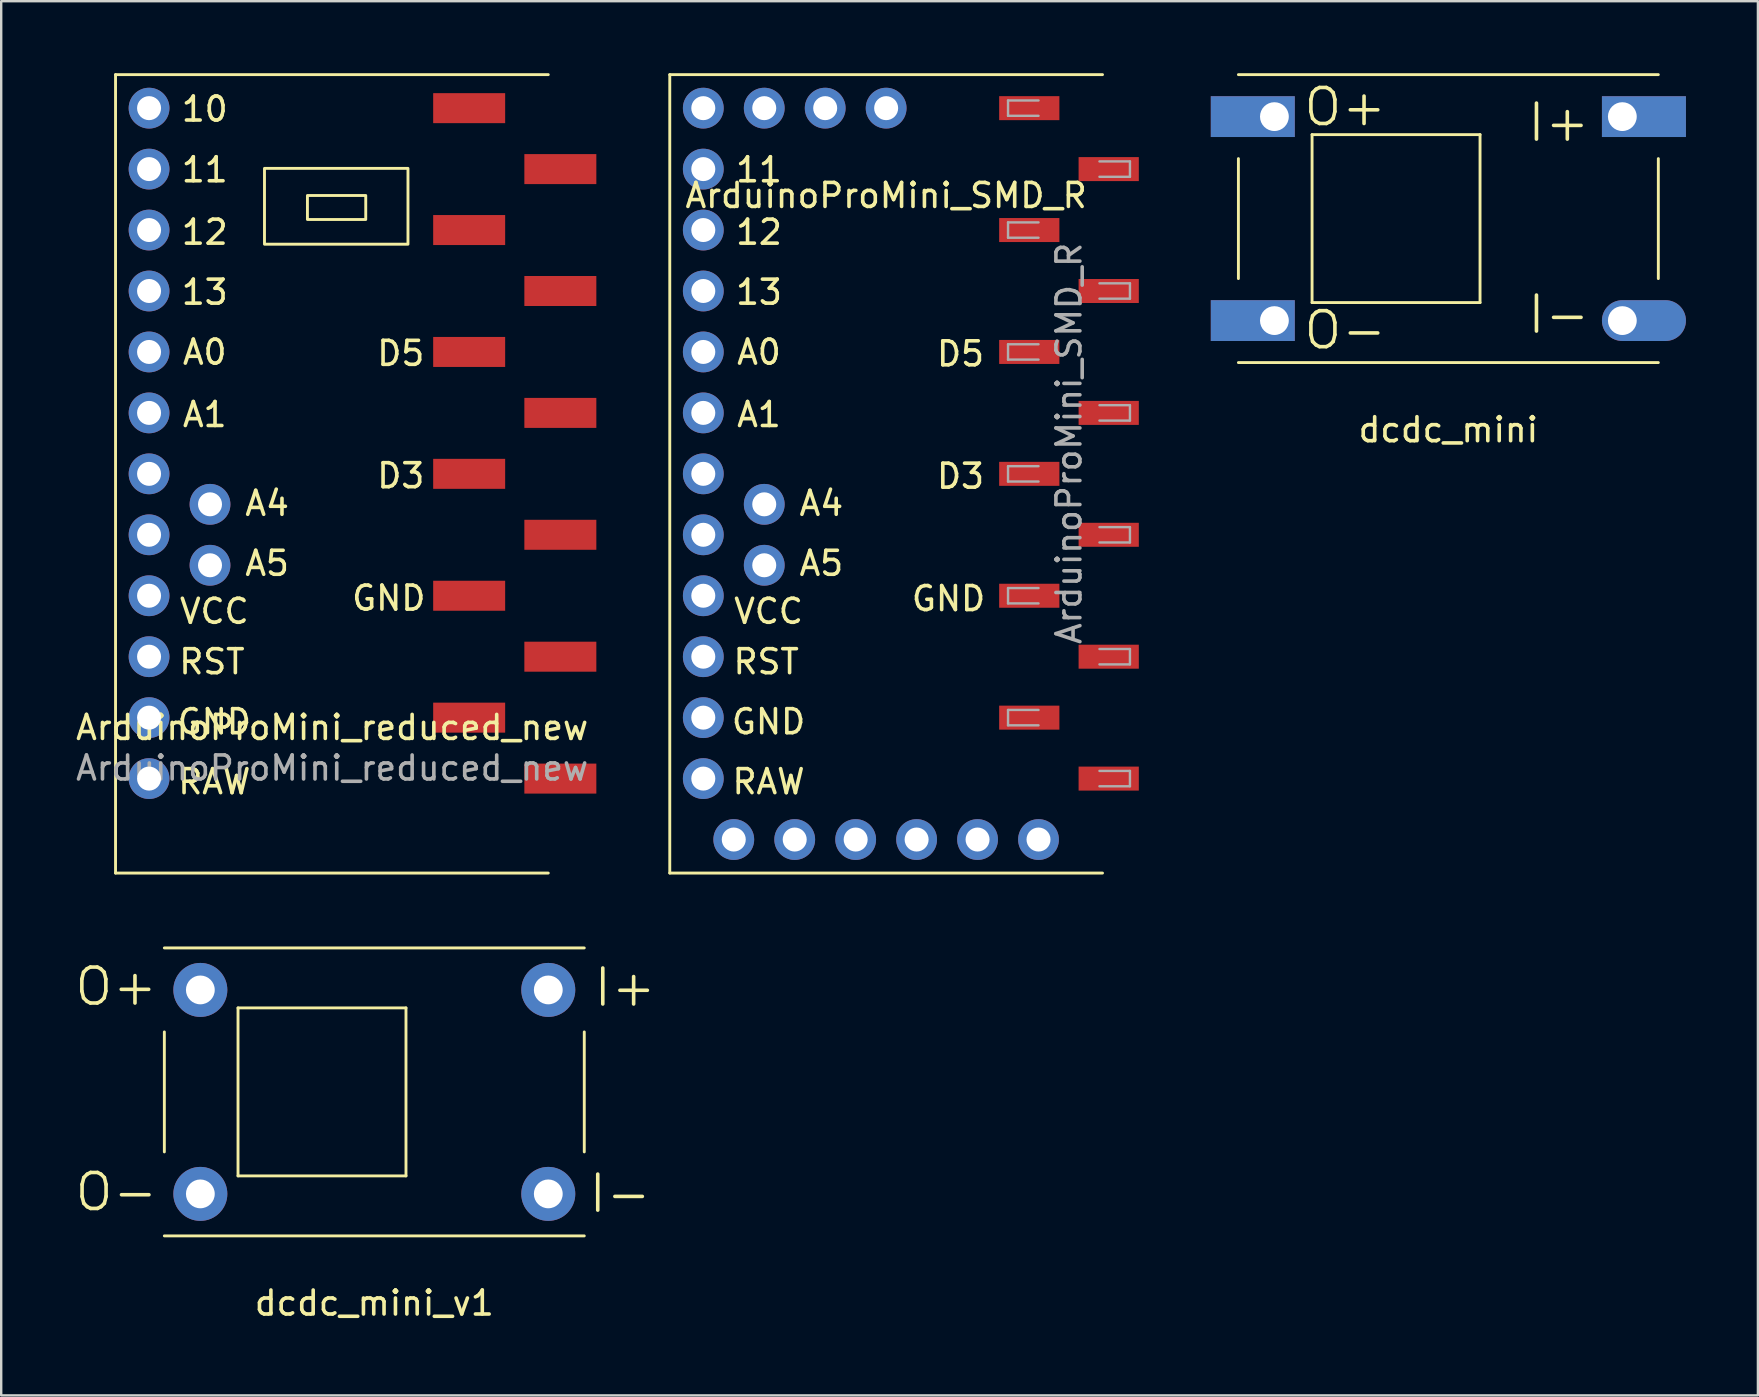
<source format=kicad_pcb>
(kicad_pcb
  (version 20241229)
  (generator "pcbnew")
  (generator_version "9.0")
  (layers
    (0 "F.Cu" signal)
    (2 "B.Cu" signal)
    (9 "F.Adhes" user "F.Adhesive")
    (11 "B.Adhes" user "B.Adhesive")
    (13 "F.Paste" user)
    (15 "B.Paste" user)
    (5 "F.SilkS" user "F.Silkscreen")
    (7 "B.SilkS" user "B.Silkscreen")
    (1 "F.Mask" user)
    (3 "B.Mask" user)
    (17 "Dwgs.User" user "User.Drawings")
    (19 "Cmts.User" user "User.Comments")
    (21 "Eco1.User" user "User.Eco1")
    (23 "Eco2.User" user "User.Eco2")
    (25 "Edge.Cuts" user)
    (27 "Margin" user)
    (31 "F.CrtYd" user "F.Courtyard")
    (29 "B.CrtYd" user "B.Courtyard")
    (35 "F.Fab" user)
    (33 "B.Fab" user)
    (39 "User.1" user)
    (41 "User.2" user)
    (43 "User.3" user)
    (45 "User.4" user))
  (footprint "ArduinoProMini_reduced_new"
    (layer "F.Cu")
    (at 10.782 16.697)
    (property "Reference" "ArduinoProMini_reduced_new" (at 0.01 10.57 0) (layer "F.SilkS") (effects (font (size 1 1) (thickness 0.15))))
    (attr smd)
    (fp_line (start -9.017 -16.637) (end -9.017 16.637) (stroke (width 0.12) (type solid)) (layer "F.SilkS"))
    (fp_line (start -9.017 -16.637) (end 9.017 -16.637) (stroke (width 0.12) (type solid)) (layer "F.SilkS"))
    (fp_line (start 9.017 16.637) (end -9.017 16.637) (stroke (width 0.12) (type solid)) (layer "F.SilkS"))
    (fp_rect (start -2.81 -12.73) (end 3.17 -9.57) (stroke (width 0.12) (type solid)) (fill no) (layer "F.SilkS"))
    (fp_rect (start -1.02 -11.6) (end 1.41 -10.6) (stroke (width 0.12) (type solid)) (fill no) (layer "F.SilkS"))
    (fp_text user "GND" (at -4.9 10.33 0) (layer "F.SilkS") (effects (font (size 1 1) (thickness 0.15))))
    (fp_text user "12" (at -5.3 -10.07 0) (layer "F.SilkS") (effects (font (size 1 1) (thickness 0.15))))
    (fp_text user "VCC" (at -4.9 5.73 0) (layer "F.SilkS") (effects (font (size 1 1) (thickness 0.15))))
    (fp_text user "A4" (at -2.7 1.23 0) (layer "F.SilkS") (effects (font (size 1 1) (thickness 0.15))))
    (fp_text user "GND" (at 2.37 5.18 0) (layer "F.SilkS") (effects (font (size 1 1) (thickness 0.15))))
    (fp_text user "D5" (at 2.87 -5.02 0) (layer "F.SilkS") (effects (font (size 1 1) (thickness 0.15))))
    (fp_text user "A1" (at -5.3 -2.47 0) (layer "F.SilkS") (effects (font (size 1 1) (thickness 0.15))))
    (fp_text user "11" (at -5.3 -12.67 0) (layer "F.SilkS") (effects (font (size 1 1) (thickness 0.15))))
    (fp_text user "RAW" (at -4.9 12.83 0) (layer "F.SilkS") (effects (font (size 1 1) (thickness 0.15))))
    (fp_text user "13" (at -5.3 -7.57 0) (layer "F.SilkS") (effects (font (size 1 1) (thickness 0.15))))
    (fp_text user "A5" (at -2.7 3.73 0) (layer "F.SilkS") (effects (font (size 1 1) (thickness 0.15))))
    (fp_text user "A0" (at -5.3 -5.07 0) (layer "F.SilkS") (effects (font (size 1 1) (thickness 0.15))))
    (fp_text user "10" (at -5.3 -15.2 0) (layer "F.SilkS") (effects (font (size 1 1) (thickness 0.15))))
    (fp_text user "D3" (at 2.87 0.08 0) (layer "F.SilkS") (effects (font (size 1 1) (thickness 0.15))))
    (fp_text user "RST" (at -5 7.83 0) (layer "F.SilkS") (effects (font (size 1 1) (thickness 0.15))))
    (fp_text user "${REFERENCE}" (at 0.01 12.26 180) (layer "F.Fab") (effects (font (size 1 1) (thickness 0.15))))
    (pad "1" thru_hole circle (at -7.62 -15.24) (size 1.7 1.7) (drill 1) (layers "*.Cu" "*.Mask"))
    (pad "2" thru_hole circle (at -7.62 -12.7) (size 1.7 1.7) (drill 1) (layers "*.Cu" "*.Mask"))
    (pad "3" thru_hole circle (at -7.62 -10.16) (size 1.7 1.7) (drill 1) (layers "*.Cu" "*.Mask"))
    (pad "4" thru_hole circle (at -7.62 -7.62) (size 1.7 1.7) (drill 1) (layers "*.Cu" "*.Mask"))
    (pad "5" thru_hole circle (at -7.62 -5.08) (size 1.7 1.7) (drill 1) (layers "*.Cu" "*.Mask"))
    (pad "6" thru_hole circle (at -7.62 -2.54) (size 1.7 1.7) (drill 1) (layers "*.Cu" "*.Mask"))
    (pad "7" thru_hole circle (at -7.62 0) (size 1.7 1.7) (drill 1) (layers "*.Cu" "*.Mask"))
    (pad "8" thru_hole circle (at -5.08 1.27) (size 1.7 1.7) (drill 1) (layers "*.Cu" "*.Mask"))
    (pad "9" thru_hole circle (at -7.62 2.54) (size 1.7 1.7) (drill 1) (layers "*.Cu" "*.Mask"))
    (pad "10" thru_hole circle (at -5.08 3.81) (size 1.7 1.7) (drill 1) (layers "*.Cu" "*.Mask"))
    (pad "11" thru_hole circle (at -7.62 5.08) (size 1.7 1.7) (drill 1) (layers "*.Cu" "*.Mask"))
    (pad "12" thru_hole circle (at -7.62 7.62) (size 1.7 1.7) (drill 1) (layers "*.Cu" "*.Mask"))
    (pad "13" thru_hole circle (at -7.62 10.16) (size 1.7 1.7) (drill 1) (layers "*.Cu" "*.Mask"))
    (pad "14" thru_hole circle (at -7.62 12.7) (size 1.7 1.7) (drill 1) (layers "*.Cu" "*.Mask"))
    (pad "15" smd rect (at 5.72 -15.24) (size 3 1.25) (layers "F.Cu" "F.Mask" "F.Paste"))
    (pad "16" smd rect (at 9.52 -12.7) (size 3 1.25) (layers "F.Cu" "F.Mask" "F.Paste"))
    (pad "17" smd rect (at 5.72 -10.16) (size 3 1.25) (layers "F.Cu" "F.Mask" "F.Paste"))
    (pad "18" smd rect (at 9.52 -7.62) (size 3 1.25) (layers "F.Cu" "F.Mask" "F.Paste"))
    (pad "19" smd rect (at 5.72 -5.08) (size 3 1.25) (layers "F.Cu" "F.Mask" "F.Paste"))
    (pad "20" smd rect (at 9.52 -2.54) (size 3 1.25) (layers "F.Cu" "F.Mask" "F.Paste"))
    (pad "21" smd rect (at 5.72 0) (size 3 1.25) (layers "F.Cu" "F.Mask" "F.Paste"))
    (pad "22" smd rect (at 9.52 2.54) (size 3 1.25) (layers "F.Cu" "F.Mask" "F.Paste"))
    (pad "23" smd rect (at 5.72 5.08) (size 3 1.25) (layers "F.Cu" "F.Mask" "F.Paste"))
    (pad "24" smd rect (at 9.52 7.62) (size 3 1.25) (layers "F.Cu" "F.Mask" "F.Paste"))
    (pad "25" smd rect (at 5.72 10.16) (size 3 1.25) (layers "F.Cu" "F.Mask" "F.Paste"))
    (pad "26" smd rect (at 9.52 12.7) (size 3 1.25) (layers "F.Cu" "F.Mask" "F.Paste")))
  (footprint "dcdc_mini_v1"
    (layer "F.Cu")
    (at 12.549 42.454)
    (property "Reference" "dcdc_mini_v1" (at 0 8.8 180) (layer "F.SilkS") (effects (font (size 1 1) (thickness 0.15))))
    (attr through_hole)
    (fp_line (start -8.75 -6) (end 8.75 -6) (stroke (width 0.12) (type solid)) (layer "F.SilkS"))
    (fp_line (start -8.75 -2.5) (end -8.75 2.5) (stroke (width 0.12) (type solid)) (layer "F.SilkS"))
    (fp_line (start -8.75 6) (end 8.75 6) (stroke (width 0.12) (type solid)) (layer "F.SilkS"))
    (fp_line (start -5.68 -3.5) (end -5.68 3.5) (stroke (width 0.12) (type solid)) (layer "F.SilkS"))
    (fp_line (start -5.68 -3.5) (end 1.32 -3.5) (stroke (width 0.12) (type solid)) (layer "F.SilkS"))
    (fp_line (start -5.68 3.5) (end 1.32 3.5) (stroke (width 0.12) (type solid)) (layer "F.SilkS"))
    (fp_line (start 1.32 -3.5) (end 1.32 3.5) (stroke (width 0.12) (type solid)) (layer "F.SilkS"))
    (fp_line (start 8.75 -2.5) (end 8.75 2.5) (stroke (width 0.12) (type solid)) (layer "F.SilkS"))
    (fp_text user "O-" (at -10.75 4.17 180) (layer "F.SilkS") (effects (font (size 1.5 1.5) (thickness 0.15))))
    (fp_text user "I-" (at 10.24 4.24 180) (layer "F.SilkS") (effects (font (size 1.5 1.5) (thickness 0.15))))
    (fp_text user "I+" (at 10.45 -4.35 180) (layer "F.SilkS") (effects (font (size 1.5 1.5) (thickness 0.15))))
    (fp_text user "O+" (at -10.76 -4.39 180) (layer "F.SilkS") (effects (font (size 1.5 1.5) (thickness 0.15))))
    (pad "1" thru_hole circle (at 7.25 4.25) (size 2.25 2.25) (drill 1.2) (layers "*.Cu" "*.Mask"))
    (pad "2" thru_hole circle (at 7.25 -4.25) (size 2.25 2.25) (drill 1.2) (layers "*.Cu" "*.Mask"))
    (pad "3" thru_hole circle (at -7.25 4.25) (size 2.25 2.25) (drill 1.2) (layers "*.Cu" "*.Mask"))
    (pad "4" thru_hole circle (at -7.25 -4.25) (size 2.25 2.25) (drill 1.2) (layers "*.Cu" "*.Mask")))
  (footprint "ArduinoProMini_SMD_R"
    (layer "F.Cu")
    (at 33.879 16.697)
    (property "Reference" "ArduinoProMini_SMD_R" (at 0 -11.6 0) (layer "F.SilkS") (effects (font (size 1 1) (thickness 0.15))))
    (attr smd)
    (fp_line (start -9.017 -16.637) (end -9.017 16.637) (stroke (width 0.12) (type solid)) (layer "F.SilkS"))
    (fp_line (start -9.017 -16.637) (end 9.017 -16.637) (stroke (width 0.12) (type solid)) (layer "F.SilkS"))
    (fp_line (start 9.017 16.637) (end -9.017 16.637) (stroke (width 0.12) (type solid)) (layer "F.SilkS"))
    (fp_line (start 5.08 -15.56) (end 5.08 -14.92) (stroke (width 0.1) (type solid)) (layer "F.Fab"))
    (fp_line (start 5.08 -14.92) (end 6.35 -14.92) (stroke (width 0.1) (type solid)) (layer "F.Fab"))
    (fp_line (start 5.08 -10.48) (end 5.08 -9.84) (stroke (width 0.1) (type solid)) (layer "F.Fab"))
    (fp_line (start 5.08 -9.84) (end 6.35 -9.84) (stroke (width 0.1) (type solid)) (layer "F.Fab"))
    (fp_line (start 5.08 -5.4) (end 5.08 -4.76) (stroke (width 0.1) (type solid)) (layer "F.Fab"))
    (fp_line (start 5.08 -4.76) (end 6.35 -4.76) (stroke (width 0.1) (type solid)) (layer "F.Fab"))
    (fp_line (start 5.08 -0.32) (end 5.08 0.32) (stroke (width 0.1) (type solid)) (layer "F.Fab"))
    (fp_line (start 5.08 0.32) (end 6.35 0.32) (stroke (width 0.1) (type solid)) (layer "F.Fab"))
    (fp_line (start 5.08 4.76) (end 5.08 5.4) (stroke (width 0.1) (type solid)) (layer "F.Fab"))
    (fp_line (start 5.08 5.4) (end 6.35 5.4) (stroke (width 0.1) (type solid)) (layer "F.Fab"))
    (fp_line (start 5.08 9.84) (end 5.08 10.48) (stroke (width 0.1) (type solid)) (layer "F.Fab"))
    (fp_line (start 5.08 10.48) (end 6.35 10.48) (stroke (width 0.1) (type solid)) (layer "F.Fab"))
    (fp_line (start 6.35 -15.56) (end 5.08 -15.56) (stroke (width 0.1) (type solid)) (layer "F.Fab"))
    (fp_line (start 6.35 -10.48) (end 5.08 -10.48) (stroke (width 0.1) (type solid)) (layer "F.Fab"))
    (fp_line (start 6.35 -5.4) (end 5.08 -5.4) (stroke (width 0.1) (type solid)) (layer "F.Fab"))
    (fp_line (start 6.35 -0.32) (end 5.08 -0.32) (stroke (width 0.1) (type solid)) (layer "F.Fab"))
    (fp_line (start 6.35 4.76) (end 5.08 4.76) (stroke (width 0.1) (type solid)) (layer "F.Fab"))
    (fp_line (start 6.35 9.84) (end 5.08 9.84) (stroke (width 0.1) (type solid)) (layer "F.Fab"))
    (fp_line (start 8.89 -13.02) (end 10.16 -13.02) (stroke (width 0.1) (type solid)) (layer "F.Fab"))
    (fp_line (start 8.89 -7.94) (end 10.16 -7.94) (stroke (width 0.1) (type solid)) (layer "F.Fab"))
    (fp_line (start 8.89 -2.86) (end 10.16 -2.86) (stroke (width 0.1) (type solid)) (layer "F.Fab"))
    (fp_line (start 8.89 2.22) (end 10.16 2.22) (stroke (width 0.1) (type solid)) (layer "F.Fab"))
    (fp_line (start 8.89 7.3) (end 10.16 7.3) (stroke (width 0.1) (type solid)) (layer "F.Fab"))
    (fp_line (start 8.89 12.38) (end 10.16 12.38) (stroke (width 0.1) (type solid)) (layer "F.Fab"))
    (fp_line (start 10.16 -13.02) (end 10.16 -12.38) (stroke (width 0.1) (type solid)) (layer "F.Fab"))
    (fp_line (start 10.16 -12.38) (end 8.89 -12.38) (stroke (width 0.1) (type solid)) (layer "F.Fab"))
    (fp_line (start 10.16 -7.94) (end 10.16 -7.3) (stroke (width 0.1) (type solid)) (layer "F.Fab"))
    (fp_line (start 10.16 -7.3) (end 8.89 -7.3) (stroke (width 0.1) (type solid)) (layer "F.Fab"))
    (fp_line (start 10.16 -2.86) (end 10.16 -2.22) (stroke (width 0.1) (type solid)) (layer "F.Fab"))
    (fp_line (start 10.16 -2.22) (end 8.89 -2.22) (stroke (width 0.1) (type solid)) (layer "F.Fab"))
    (fp_line (start 10.16 2.22) (end 10.16 2.86) (stroke (width 0.1) (type solid)) (layer "F.Fab"))
    (fp_line (start 10.16 2.86) (end 8.89 2.86) (stroke (width 0.1) (type solid)) (layer "F.Fab"))
    (fp_line (start 10.16 7.3) (end 10.16 7.94) (stroke (width 0.1) (type solid)) (layer "F.Fab"))
    (fp_line (start 10.16 7.94) (end 8.89 7.94) (stroke (width 0.1) (type solid)) (layer "F.Fab"))
    (fp_line (start 10.16 12.38) (end 10.16 13.02) (stroke (width 0.1) (type solid)) (layer "F.Fab"))
    (fp_line (start 10.16 13.02) (end 8.89 13.02) (stroke (width 0.1) (type solid)) (layer "F.Fab"))
    (fp_text user "RAW" (at -4.9 12.83 0) (layer "F.SilkS") (effects (font (size 1 1) (thickness 0.15))))
    (fp_text user "GND" (at 2.6 5.2 0) (layer "F.SilkS") (effects (font (size 1 1) (thickness 0.15))))
    (fp_text user "RST" (at -5 7.83 0) (layer "F.SilkS") (effects (font (size 1 1) (thickness 0.15))))
    (fp_text user "A5" (at -2.7 3.73 0) (layer "F.SilkS") (effects (font (size 1 1) (thickness 0.15))))
    (fp_text user "13" (at -5.3 -7.57 0) (layer "F.SilkS") (effects (font (size 1 1) (thickness 0.15))))
    (fp_text user "D3" (at 3.1 0.1 0) (layer "F.SilkS") (effects (font (size 1 1) (thickness 0.15))))
    (fp_text user "GND" (at -4.9 10.33 0) (layer "F.SilkS") (effects (font (size 1 1) (thickness 0.15))))
    (fp_text user "A4" (at -2.7 1.23 0) (layer "F.SilkS") (effects (font (size 1 1) (thickness 0.15))))
    (fp_text user "12" (at -5.3 -10.07 0) (layer "F.SilkS") (effects (font (size 1 1) (thickness 0.15))))
    (fp_text user "A1" (at -5.3 -2.47 0) (layer "F.SilkS") (effects (font (size 1 1) (thickness 0.15))))
    (fp_text user "D5" (at 3.1 -5 0) (layer "F.SilkS") (effects (font (size 1 1) (thickness 0.15))))
    (fp_text user "11" (at -5.3 -12.67 0) (layer "F.SilkS") (effects (font (size 1 1) (thickness 0.15))))
    (fp_text user "A0" (at -5.3 -5.07 0) (layer "F.SilkS") (effects (font (size 1 1) (thickness 0.15))))
    (fp_text user "VCC" (at -4.9 5.73 0) (layer "F.SilkS") (effects (font (size 1 1) (thickness 0.15))))
    (fp_text user "${REFERENCE}" (at 7.62 -1.27 90) (layer "F.Fab") (effects (font (size 1 1) (thickness 0.15))))
    (pad "1" smd rect (at 5.965 0) (size 2.51 1) (layers "F.Cu" "F.Mask" "F.Paste"))
    (pad "2" smd rect (at 9.275 -2.54) (size 2.51 1) (layers "F.Cu" "F.Mask" "F.Paste"))
    (pad "9" smd rect (at 5.965 -5.08) (size 2.51 1) (layers "F.Cu" "F.Mask" "F.Paste"))
    (pad "10" smd rect (at 9.275 -7.62) (size 2.51 1) (layers "F.Cu" "F.Mask" "F.Paste"))
    (pad "11" smd rect (at 5.965 -10.16) (size 2.51 1) (layers "F.Cu" "F.Mask" "F.Paste"))
    (pad "12" smd rect (at 9.275 -12.7) (size 2.51 1) (layers "F.Cu" "F.Mask" "F.Paste"))
    (pad "13" smd rect (at 5.965 -15.24) (size 2.51 1) (layers "F.Cu" "F.Mask" "F.Paste"))
    (pad "14" thru_hole circle (at -7.62 -15.24) (size 1.7 1.7) (drill 1) (layers "*.Cu" "*.Mask"))
    (pad "15" thru_hole circle (at -7.62 -12.7) (size 1.7 1.7) (drill 1) (layers "*.Cu" "*.Mask"))
    (pad "16" thru_hole circle (at -7.62 -10.16) (size 1.7 1.7) (drill 1) (layers "*.Cu" "*.Mask"))
    (pad "17" thru_hole circle (at -7.62 -7.62) (size 1.7 1.7) (drill 1) (layers "*.Cu" "*.Mask"))
    (pad "19" thru_hole circle (at -2.54 -15.24) (size 1.7 1.7) (drill 1) (layers "*.Cu" "*.Mask"))
    (pad "22" thru_hole circle (at -5.08 -15.24) (size 1.7 1.7) (drill 1) (layers "*.Cu" "*.Mask"))
    (pad "23" thru_hole circle (at -7.62 -5.08) (size 1.7 1.7) (drill 1) (layers "*.Cu" "*.Mask"))
    (pad "24" thru_hole circle (at -7.62 -2.54) (size 1.7 1.7) (drill 1) (layers "*.Cu" "*.Mask"))
    (pad "25" thru_hole circle (at -7.62 0) (size 1.7 1.7) (drill 1) (layers "*.Cu" "*.Mask"))
    (pad "26" thru_hole circle (at -7.62 2.54) (size 1.7 1.7) (drill 1) (layers "*.Cu" "*.Mask"))
    (pad "27" thru_hole circle (at -5.08 1.27) (size 1.7 1.7) (drill 1) (layers "*.Cu" "*.Mask"))
    (pad "28" thru_hole circle (at -5.08 3.81) (size 1.7 1.7) (drill 1) (layers "*.Cu" "*.Mask"))
    (pad "29" smd rect (at 9.275 7.62) (size 2.51 1) (layers "F.Cu" "F.Mask" "F.Paste"))
    (pad "30" smd rect (at 5.965 10.16) (size 2.51 1) (layers "F.Cu" "F.Mask" "F.Paste"))
    (pad "31" smd rect (at 9.275 12.7) (size 2.51 1) (layers "F.Cu" "F.Mask" "F.Paste"))
    (pad "32" smd rect (at 9.275 2.54) (size 2.51 1) (layers "F.Cu" "F.Mask" "F.Paste"))
    (pad "292" thru_hole circle (at -7.62 7.62) (size 1.7 1.7) (drill 1) (layers "*.Cu" "*.Mask"))
    (pad "302" thru_hole circle (at 1.27 15.24) (size 1.7 1.7) (drill 1) (layers "*.Cu" "*.Mask"))
    (pad "312" thru_hole circle (at 3.81 15.24) (size 1.7 1.7) (drill 1) (layers "*.Cu" "*.Mask"))
    (pad "400" thru_hole circle (at -1.27 15.24) (size 1.7 1.7) (drill 1) (layers "*.Cu" "*.Mask"))
    (pad "401" thru_hole circle (at -7.62 5.08) (size 1.7 1.7) (drill 1) (layers "*.Cu" "*.Mask"))
    (pad "500" thru_hole circle (at 0 -15.24) (size 1.7 1.7) (drill 1) (layers "*.Cu" "*.Mask"))
    (pad "501" smd rect (at 5.965 5.08) (size 2.51 1) (layers "F.Cu" "F.Mask" "F.Paste"))
    (pad "502" thru_hole circle (at -3.81 15.24) (size 1.7 1.7) (drill 1) (layers "*.Cu" "*.Mask"))
    (pad "503" thru_hole circle (at -6.35 15.24) (size 1.7 1.7) (drill 1) (layers "*.Cu" "*.Mask"))
    (pad "504" thru_hole circle (at -7.62 10.16) (size 1.7 1.7) (drill 1) (layers "*.Cu" "*.Mask"))
    (pad "600" thru_hole circle (at -7.62 12.7) (size 1.7 1.7) (drill 1) (layers "*.Cu" "*.Mask"))
    (pad "DTR" thru_hole circle (at 6.35 15.24) (size 1.7 1.7) (drill 1) (layers "*.Cu" "*.Mask")))
  (footprint "dcdc_mini"
    (layer "F.Cu")
    (at 57.309 6.06)
    (property "Reference" "dcdc_mini" (at 0 8.8 0) (layer "F.SilkS") (effects (font (size 1 1) (thickness 0.15))))
    (attr through_hole)
    (fp_line (start -8.75 -6) (end 8.75 -6) (stroke (width 0.12) (type solid)) (layer "F.SilkS"))
    (fp_line (start -8.75 -2.5) (end -8.75 2.5) (stroke (width 0.12) (type solid)) (layer "F.SilkS"))
    (fp_line (start -8.75 6) (end 8.75 6) (stroke (width 0.12) (type solid)) (layer "F.SilkS"))
    (fp_line (start -5.68 -3.5) (end -5.68 3.5) (stroke (width 0.12) (type solid)) (layer "F.SilkS"))
    (fp_line (start -5.68 -3.5) (end 1.32 -3.5) (stroke (width 0.12) (type solid)) (layer "F.SilkS"))
    (fp_line (start -5.68 3.5) (end 1.32 3.5) (stroke (width 0.12) (type solid)) (layer "F.SilkS"))
    (fp_line (start 1.32 -3.5) (end 1.32 3.5) (stroke (width 0.12) (type solid)) (layer "F.SilkS"))
    (fp_line (start 8.75 -2.5) (end 8.75 2.5) (stroke (width 0.12) (type solid)) (layer "F.SilkS"))
    (fp_text user "O-" (at -4.3 4.65 180) (layer "F.SilkS") (effects (font (size 1.5 1.5) (thickness 0.15))))
    (fp_text user "I+" (at 4.6 -4 180) (layer "F.SilkS") (effects (font (size 1.5 1.5) (thickness 0.15))))
    (fp_text user "I-" (at 4.6 4 180) (layer "F.SilkS") (effects (font (size 1.5 1.5) (thickness 0.15))))
    (fp_text user "O+" (at -4.3 -4.65 180) (layer "F.SilkS") (effects (font (size 1.5 1.5) (thickness 0.15))))
    (pad "1" thru_hole oval (at 7.25 4.25) (size 3.5 1.7) (drill 1.2 (offset 0.9 0)) (layers "*.Cu" "*.Mask"))
    (pad "2" thru_hole rect (at 7.25 -4.25) (size 3.5 1.7) (drill 1.2 (offset 0.9 0)) (layers "*.Cu" "*.Mask"))
    (pad "3" thru_hole rect (at -7.25 4.25) (size 3.5 1.7) (drill 1.2 (offset -0.9 0)) (layers "*.Cu" "*.Mask"))
    (pad "4" thru_hole rect (at -7.25 -4.25) (size 3.5 1.7) (drill 1.2 (offset -0.9 0)) (layers "*.Cu" "*.Mask")))
  (gr_rect
    (start -3 -3)
    (end 70.209 55.102)
    (stroke (width 0.1) (type default))
    (fill no)
    (layer "Edge.Cuts")))
</source>
